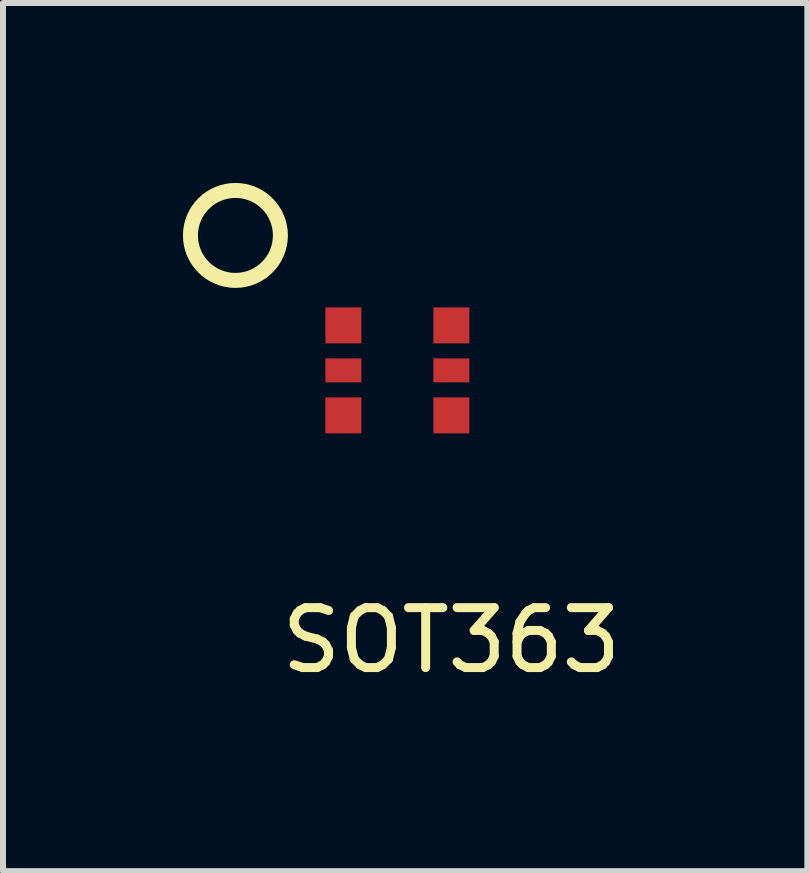
<source format=kicad_pcb>
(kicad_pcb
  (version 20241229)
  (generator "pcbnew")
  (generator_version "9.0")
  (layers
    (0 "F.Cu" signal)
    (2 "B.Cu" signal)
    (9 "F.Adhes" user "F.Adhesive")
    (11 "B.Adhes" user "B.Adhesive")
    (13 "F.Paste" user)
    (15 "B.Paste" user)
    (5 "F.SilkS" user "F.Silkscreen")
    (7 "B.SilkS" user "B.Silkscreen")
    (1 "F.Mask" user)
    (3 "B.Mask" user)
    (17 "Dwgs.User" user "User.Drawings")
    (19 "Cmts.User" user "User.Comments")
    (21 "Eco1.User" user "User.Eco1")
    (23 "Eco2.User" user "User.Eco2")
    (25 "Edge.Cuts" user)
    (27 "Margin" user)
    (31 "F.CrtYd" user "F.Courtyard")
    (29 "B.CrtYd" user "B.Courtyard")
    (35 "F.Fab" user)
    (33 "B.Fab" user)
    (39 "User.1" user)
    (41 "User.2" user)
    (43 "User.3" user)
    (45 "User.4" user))
  (footprint "SOT363"
    (layer "F.Cu")
    (at 4.475 6.125)
    (property "Reference" "SOT363" (at 0 1.5 0) (layer "F.SilkS") (effects (font (size 1 1) (thickness 0.15))))
    (attr through_hole)
    (fp_circle (center -3.6 -5.25) (end -3.6 -4.5) (stroke (width 0.25) (type solid)) (fill no) (layer "F.SilkS"))
    (pad "1" smd rect (at -1.8 -3.75) (size 0.6 0.6) (layers "F.Cu" "F.Mask" "F.Paste"))
    (pad "2" smd rect (at -1.8 -3) (size 0.6 0.4) (layers "F.Cu" "F.Mask" "F.Paste"))
    (pad "3" smd rect (at -1.8 -2.25) (size 0.6 0.6) (layers "F.Cu" "F.Mask" "F.Paste"))
    (pad "4" smd rect (at 0 -2.25) (size 0.6 0.6) (layers "F.Cu" "F.Mask" "F.Paste"))
    (pad "5" smd rect (at 0 -3) (size 0.6 0.4) (layers "F.Cu" "F.Mask" "F.Paste"))
    (pad "6" smd rect (at 0 -3.75) (size 0.6 0.6) (layers "F.Cu" "F.Mask" "F.Paste")))
  (gr_rect
    (start -3 -3)
    (end 10.41 11.473)
    (stroke (width 0.1) (type default))
    (fill no)
    (layer "Edge.Cuts")))
</source>
